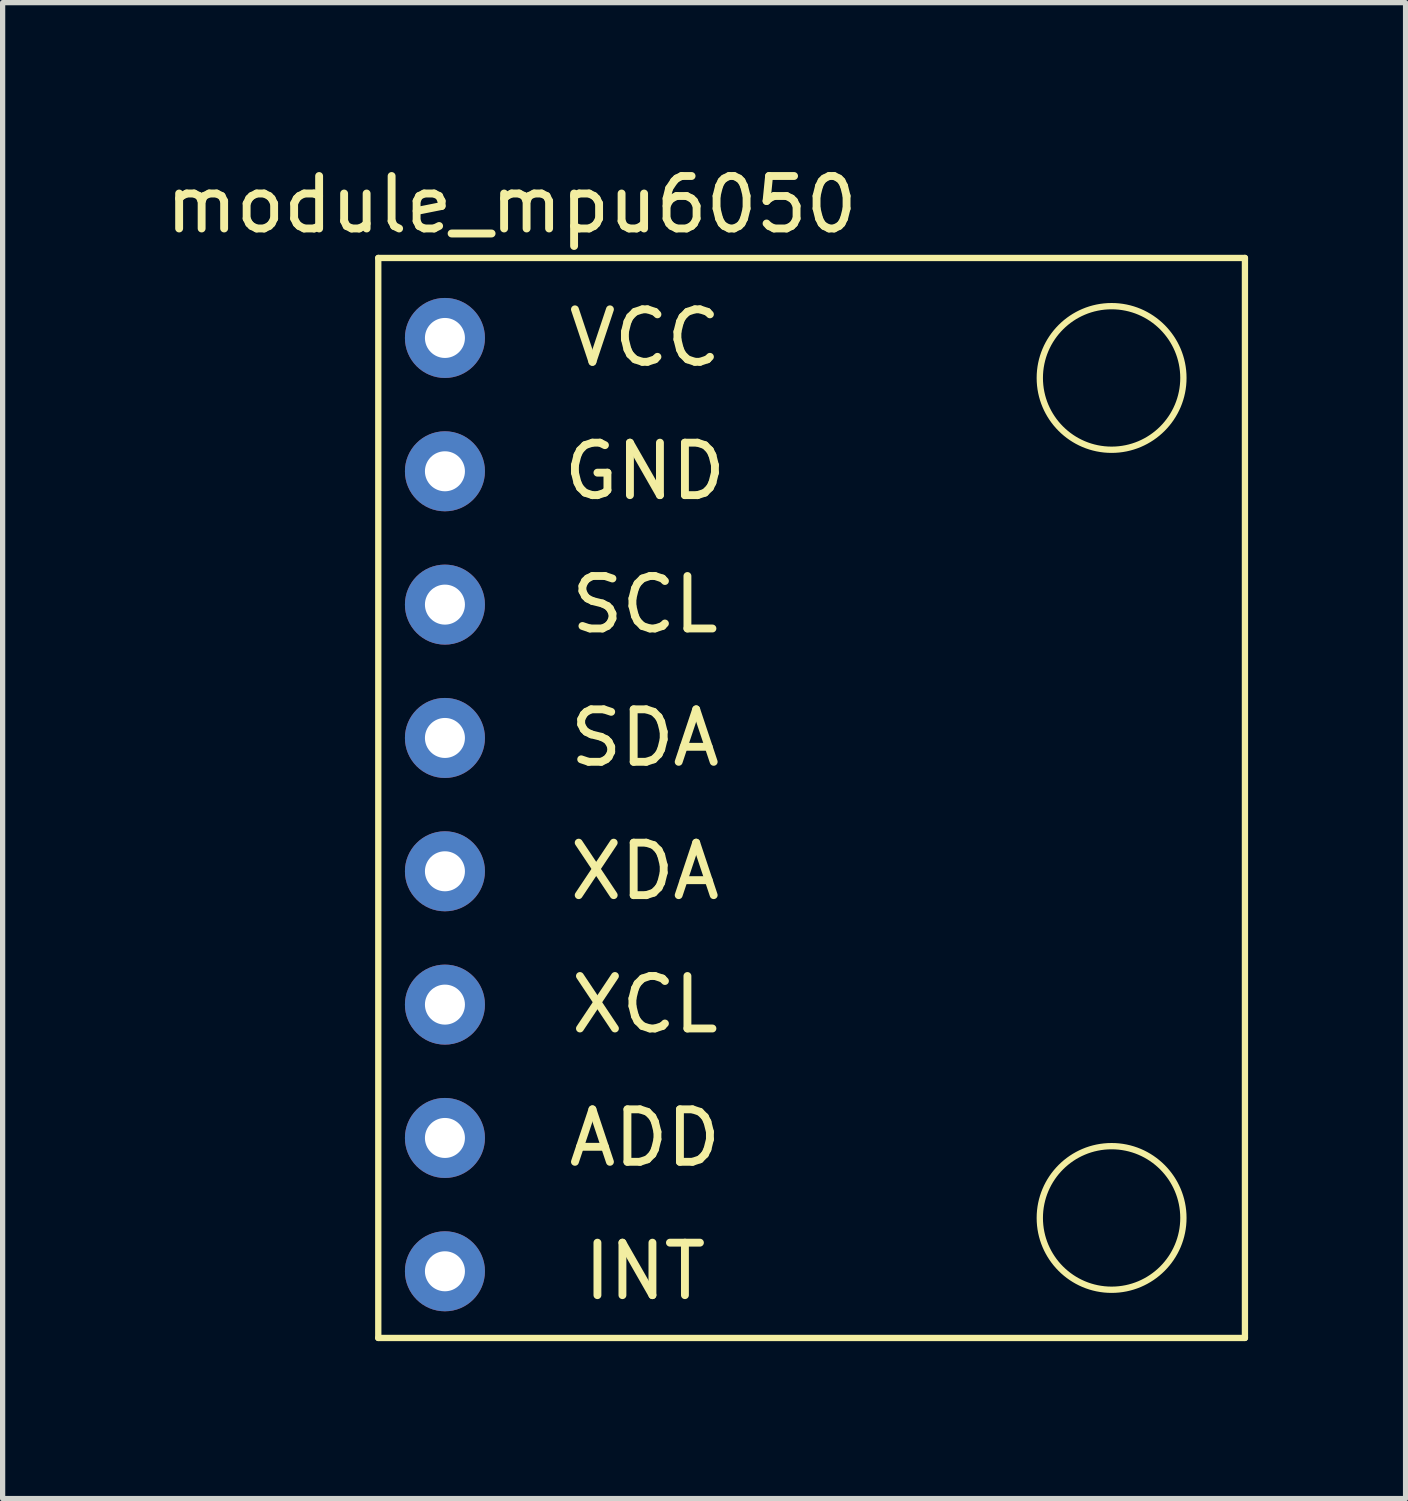
<source format=kicad_pcb>
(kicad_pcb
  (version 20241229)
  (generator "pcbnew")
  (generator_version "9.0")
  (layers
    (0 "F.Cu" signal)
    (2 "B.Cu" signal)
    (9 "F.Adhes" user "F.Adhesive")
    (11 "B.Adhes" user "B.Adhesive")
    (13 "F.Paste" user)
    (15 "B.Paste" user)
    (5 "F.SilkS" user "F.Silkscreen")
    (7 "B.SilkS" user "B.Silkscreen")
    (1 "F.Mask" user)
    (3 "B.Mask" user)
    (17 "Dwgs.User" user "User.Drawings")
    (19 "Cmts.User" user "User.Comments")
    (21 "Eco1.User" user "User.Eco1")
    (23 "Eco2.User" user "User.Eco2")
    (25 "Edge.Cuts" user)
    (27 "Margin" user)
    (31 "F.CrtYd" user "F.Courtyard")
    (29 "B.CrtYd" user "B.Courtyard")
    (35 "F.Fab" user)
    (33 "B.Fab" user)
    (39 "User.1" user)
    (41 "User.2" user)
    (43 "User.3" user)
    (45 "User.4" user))
  (footprint "module_mpu6050"
    (layer "F.Cu")
    (at 5.426 21.168)
    (property "Reference" "module_mpu6050" (at 1.27 -20.32 0) (layer "F.SilkS") (effects (font (size 1 1) (thickness 0.15))))
    (attr through_hole)
    (fp_line (start -1.27 -19.304) (end 15.24 -19.304) (stroke (width 0.12) (type solid)) (layer "F.SilkS"))
    (fp_line (start -1.27 1.27) (end -1.27 -19.304) (stroke (width 0.12) (type solid)) (layer "F.SilkS"))
    (fp_line (start 15.24 -19.304) (end 15.24 1.27) (stroke (width 0.12) (type solid)) (layer "F.SilkS"))
    (fp_line (start 15.24 1.27) (end -1.27 1.27) (stroke (width 0.12) (type solid)) (layer "F.SilkS"))
    (fp_circle (center 12.7 -17.018) (end 13.208 -15.748) (stroke (width 0.12) (type solid)) (fill no) (layer "F.SilkS"))
    (fp_circle (center 12.7 -1.016) (end 13.208 0.254) (stroke (width 0.12) (type solid)) (fill no) (layer "F.SilkS"))
    (fp_text user "XDA" (at 3.81 -7.62 0) (layer "F.SilkS") (effects (font (size 1 1) (thickness 0.15))))
    (fp_text user "VCC" (at 3.81 -17.78 0) (layer "F.SilkS") (effects (font (size 1 1) (thickness 0.15))))
    (fp_text user "INT" (at 3.81 0 0) (layer "F.SilkS") (effects (font (size 1 1) (thickness 0.15))))
    (fp_text user "SCL" (at 3.81 -12.7 0) (layer "F.SilkS") (effects (font (size 1 1) (thickness 0.15))))
    (fp_text user "GND" (at 3.81 -15.24 0) (layer "F.SilkS") (effects (font (size 1 1) (thickness 0.15))))
    (fp_text user "ADD" (at 3.81 -2.54 0) (layer "F.SilkS") (effects (font (size 1 1) (thickness 0.15))))
    (fp_text user "XCL" (at 3.81 -5.08 0) (layer "F.SilkS") (effects (font (size 1 1) (thickness 0.15))))
    (fp_text user "SDA" (at 3.81 -10.16 0) (layer "F.SilkS") (effects (font (size 1 1) (thickness 0.15))))
    (pad "1" thru_hole circle (at 0 -17.78) (size 1.524 1.524) (drill 0.762) (layers "*.Cu" "*.Mask"))
    (pad "2" thru_hole circle (at 0 -15.24) (size 1.524 1.524) (drill 0.762) (layers "*.Cu" "*.Mask"))
    (pad "3" thru_hole circle (at 0 -12.7) (size 1.524 1.524) (drill 0.762) (layers "*.Cu" "*.Mask"))
    (pad "4" thru_hole circle (at 0 -10.16) (size 1.524 1.524) (drill 0.762) (layers "*.Cu" "*.Mask"))
    (pad "5" thru_hole circle (at 0 -7.62) (size 1.524 1.524) (drill 0.762) (layers "*.Cu" "*.Mask"))
    (pad "6" thru_hole circle (at 0 -5.08) (size 1.524 1.524) (drill 0.762) (layers "*.Cu" "*.Mask"))
    (pad "7" thru_hole circle (at 0 -2.54) (size 1.524 1.524) (drill 0.762) (layers "*.Cu" "*.Mask"))
    (pad "8" thru_hole circle (at 0 0) (size 1.524 1.524) (drill 0.762) (layers "*.Cu" "*.Mask")))
  (gr_rect
    (start -3 -3)
    (end 23.726 25.498)
    (stroke (width 0.1) (type default))
    (fill no)
    (layer "Edge.Cuts")))
</source>
